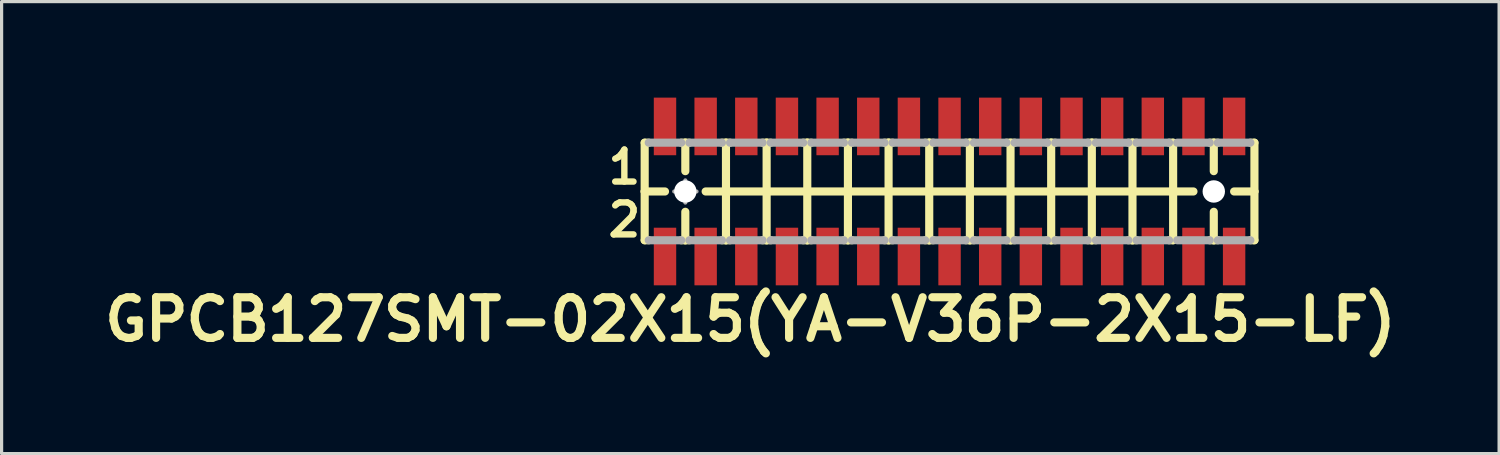
<source format=kicad_pcb>
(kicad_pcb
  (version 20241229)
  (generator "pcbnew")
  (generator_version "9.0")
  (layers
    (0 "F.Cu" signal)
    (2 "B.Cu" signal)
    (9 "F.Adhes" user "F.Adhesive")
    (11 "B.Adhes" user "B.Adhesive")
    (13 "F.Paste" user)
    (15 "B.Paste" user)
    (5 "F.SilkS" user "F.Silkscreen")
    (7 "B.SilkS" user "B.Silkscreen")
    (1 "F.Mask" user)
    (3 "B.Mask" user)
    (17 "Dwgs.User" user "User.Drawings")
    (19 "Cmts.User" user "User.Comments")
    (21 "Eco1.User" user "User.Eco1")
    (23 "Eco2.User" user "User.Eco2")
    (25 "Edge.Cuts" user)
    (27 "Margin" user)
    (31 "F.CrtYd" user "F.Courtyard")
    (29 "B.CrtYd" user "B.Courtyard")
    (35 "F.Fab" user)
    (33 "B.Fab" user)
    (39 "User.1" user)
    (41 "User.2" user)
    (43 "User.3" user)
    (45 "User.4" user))
  (footprint "GPCB127SMT-02X15(YA-V36P-2X15-LF)"
    (layer "F.Cu")
    (at 26.616 2.932)
    (property "Reference" "GPCB127SMT-02X15(YA-V36P-2X15-LF)" (at -6.223 4 0) (layer "F.SilkS") (effects (font (size 1.27 1.27) (thickness 0.254))))
    (attr smd)
    (fp_line (start -9.525 -1.524) (end -9.525 0) (stroke (width 0.254) (type solid)) (layer "F.SilkS"))
    (fp_line (start -9.525 0) (end -9.525 1.524) (stroke (width 0.254) (type solid)) (layer "F.SilkS"))
    (fp_line (start -9.525 0) (end -8.89 0) (stroke (width 0.254) (type solid)) (layer "F.SilkS"))
    (fp_line (start -9.525 1.524) (end -9.398 1.524) (stroke (width 0.254) (type solid)) (layer "F.SilkS"))
    (fp_line (start -9.398 -1.524) (end -9.525 -1.524) (stroke (width 0.254) (type solid)) (layer "F.SilkS"))
    (fp_line (start -8.382 -1.524) (end -8.255 -1.524) (stroke (width 0.254) (type solid)) (layer "F.SilkS"))
    (fp_line (start -8.382 1.524) (end -8.255 1.524) (stroke (width 0.254) (type solid)) (layer "F.SilkS"))
    (fp_line (start -8.255 -1.524) (end -8.128 -1.524) (stroke (width 0.254) (type solid)) (layer "F.SilkS"))
    (fp_line (start -8.255 -0.635) (end -8.255 -1.524) (stroke (width 0.254) (type solid)) (layer "F.SilkS"))
    (fp_line (start -8.255 1.524) (end -8.255 0.635) (stroke (width 0.254) (type solid)) (layer "F.SilkS"))
    (fp_line (start -8.255 1.524) (end -8.128 1.524) (stroke (width 0.254) (type solid)) (layer "F.SilkS"))
    (fp_line (start -7.62 0) (end -6.985 0) (stroke (width 0.254) (type solid)) (layer "F.SilkS"))
    (fp_line (start -7.112 -1.524) (end -6.985 -1.524) (stroke (width 0.254) (type solid)) (layer "F.SilkS"))
    (fp_line (start -7.112 1.524) (end -6.985 1.524) (stroke (width 0.254) (type solid)) (layer "F.SilkS"))
    (fp_line (start -6.985 -1.524) (end -6.858 -1.524) (stroke (width 0.254) (type solid)) (layer "F.SilkS"))
    (fp_line (start -6.985 0) (end -6.985 -1.524) (stroke (width 0.254) (type solid)) (layer "F.SilkS"))
    (fp_line (start -6.985 0) (end -5.715 0) (stroke (width 0.254) (type solid)) (layer "F.SilkS"))
    (fp_line (start -6.985 1.524) (end -6.985 0) (stroke (width 0.254) (type solid)) (layer "F.SilkS"))
    (fp_line (start -6.985 1.524) (end -6.858 1.524) (stroke (width 0.254) (type solid)) (layer "F.SilkS"))
    (fp_line (start -5.842 -1.524) (end -5.715 -1.524) (stroke (width 0.254) (type solid)) (layer "F.SilkS"))
    (fp_line (start -5.842 1.524) (end -5.715 1.524) (stroke (width 0.254) (type solid)) (layer "F.SilkS"))
    (fp_line (start -5.715 -1.524) (end -5.588 -1.524) (stroke (width 0.254) (type solid)) (layer "F.SilkS"))
    (fp_line (start -5.715 0) (end -5.715 -1.524) (stroke (width 0.254) (type solid)) (layer "F.SilkS"))
    (fp_line (start -5.715 0) (end -4.445 0) (stroke (width 0.254) (type solid)) (layer "F.SilkS"))
    (fp_line (start -5.715 1.524) (end -5.715 0) (stroke (width 0.254) (type solid)) (layer "F.SilkS"))
    (fp_line (start -5.715 1.524) (end -5.588 1.524) (stroke (width 0.254) (type solid)) (layer "F.SilkS"))
    (fp_line (start -4.572 -1.524) (end -4.445 -1.524) (stroke (width 0.254) (type solid)) (layer "F.SilkS"))
    (fp_line (start -4.572 1.524) (end -4.445 1.524) (stroke (width 0.254) (type solid)) (layer "F.SilkS"))
    (fp_line (start -4.445 -1.524) (end -4.318 -1.524) (stroke (width 0.254) (type solid)) (layer "F.SilkS"))
    (fp_line (start -4.445 0) (end -4.445 -1.524) (stroke (width 0.254) (type solid)) (layer "F.SilkS"))
    (fp_line (start -4.445 0) (end -3.175 0) (stroke (width 0.254) (type solid)) (layer "F.SilkS"))
    (fp_line (start -4.445 1.524) (end -4.445 0) (stroke (width 0.254) (type solid)) (layer "F.SilkS"))
    (fp_line (start -4.445 1.524) (end -4.318 1.524) (stroke (width 0.254) (type solid)) (layer "F.SilkS"))
    (fp_line (start -3.302 -1.524) (end -3.175 -1.524) (stroke (width 0.254) (type solid)) (layer "F.SilkS"))
    (fp_line (start -3.302 1.524) (end -3.175 1.524) (stroke (width 0.254) (type solid)) (layer "F.SilkS"))
    (fp_line (start -3.175 -1.524) (end -3.048 -1.524) (stroke (width 0.254) (type solid)) (layer "F.SilkS"))
    (fp_line (start -3.175 0) (end -3.175 -1.524) (stroke (width 0.254) (type solid)) (layer "F.SilkS"))
    (fp_line (start -3.175 0) (end -1.905 0) (stroke (width 0.254) (type solid)) (layer "F.SilkS"))
    (fp_line (start -3.175 1.524) (end -3.175 0) (stroke (width 0.254) (type solid)) (layer "F.SilkS"))
    (fp_line (start -3.175 1.524) (end -3.048 1.524) (stroke (width 0.254) (type solid)) (layer "F.SilkS"))
    (fp_line (start -2.032 -1.524) (end -1.905 -1.524) (stroke (width 0.254) (type solid)) (layer "F.SilkS"))
    (fp_line (start -2.032 1.524) (end -1.905 1.524) (stroke (width 0.254) (type solid)) (layer "F.SilkS"))
    (fp_line (start -1.905 -1.524) (end -1.778 -1.524) (stroke (width 0.254) (type solid)) (layer "F.SilkS"))
    (fp_line (start -1.905 0) (end -1.905 -1.524) (stroke (width 0.254) (type solid)) (layer "F.SilkS"))
    (fp_line (start -1.905 0) (end -0.635 0) (stroke (width 0.254) (type solid)) (layer "F.SilkS"))
    (fp_line (start -1.905 1.524) (end -1.905 0) (stroke (width 0.254) (type solid)) (layer "F.SilkS"))
    (fp_line (start -1.905 1.524) (end -1.778 1.524) (stroke (width 0.254) (type solid)) (layer "F.SilkS"))
    (fp_line (start -0.762 -1.524) (end -0.635 -1.524) (stroke (width 0.254) (type solid)) (layer "F.SilkS"))
    (fp_line (start -0.762 1.524) (end -0.635 1.524) (stroke (width 0.254) (type solid)) (layer "F.SilkS"))
    (fp_line (start -0.635 -1.524) (end -0.508 -1.524) (stroke (width 0.254) (type solid)) (layer "F.SilkS"))
    (fp_line (start -0.635 0) (end -0.635 -1.524) (stroke (width 0.254) (type solid)) (layer "F.SilkS"))
    (fp_line (start -0.635 0) (end 0.635 0) (stroke (width 0.254) (type solid)) (layer "F.SilkS"))
    (fp_line (start -0.635 1.524) (end -0.635 0) (stroke (width 0.254) (type solid)) (layer "F.SilkS"))
    (fp_line (start -0.635 1.524) (end -0.508 1.524) (stroke (width 0.254) (type solid)) (layer "F.SilkS"))
    (fp_line (start 0.508 -1.524) (end 0.635 -1.524) (stroke (width 0.254) (type solid)) (layer "F.SilkS"))
    (fp_line (start 0.508 1.524) (end 0.635 1.524) (stroke (width 0.254) (type solid)) (layer "F.SilkS"))
    (fp_line (start 0.635 -1.524) (end 0.762 -1.524) (stroke (width 0.254) (type solid)) (layer "F.SilkS"))
    (fp_line (start 0.635 0) (end 0.635 -1.524) (stroke (width 0.254) (type solid)) (layer "F.SilkS"))
    (fp_line (start 0.635 0) (end 1.905 0) (stroke (width 0.254) (type solid)) (layer "F.SilkS"))
    (fp_line (start 0.635 1.524) (end 0.635 0) (stroke (width 0.254) (type solid)) (layer "F.SilkS"))
    (fp_line (start 0.635 1.524) (end 0.762 1.524) (stroke (width 0.254) (type solid)) (layer "F.SilkS"))
    (fp_line (start 1.778 -1.524) (end 2.032 -1.524) (stroke (width 0.254) (type solid)) (layer "F.SilkS"))
    (fp_line (start 1.778 1.524) (end 1.905 1.524) (stroke (width 0.254) (type solid)) (layer "F.SilkS"))
    (fp_line (start 1.905 0) (end 1.905 -1.524) (stroke (width 0.254) (type solid)) (layer "F.SilkS"))
    (fp_line (start 1.905 0) (end 3.175 0) (stroke (width 0.254) (type solid)) (layer "F.SilkS"))
    (fp_line (start 1.905 1.524) (end 1.905 0) (stroke (width 0.254) (type solid)) (layer "F.SilkS"))
    (fp_line (start 1.905 1.524) (end 2.032 1.524) (stroke (width 0.254) (type solid)) (layer "F.SilkS"))
    (fp_line (start 3.048 -1.524) (end 3.175 -1.524) (stroke (width 0.254) (type solid)) (layer "F.SilkS"))
    (fp_line (start 3.175 -1.524) (end 3.175 0) (stroke (width 0.254) (type solid)) (layer "F.SilkS"))
    (fp_line (start 3.175 0) (end 3.175 1.524) (stroke (width 0.254) (type solid)) (layer "F.SilkS"))
    (fp_line (start 3.175 0) (end 4.445 0) (stroke (width 0.254) (type solid)) (layer "F.SilkS"))
    (fp_line (start 3.175 1.524) (end 3.048 1.524) (stroke (width 0.254) (type solid)) (layer "F.SilkS"))
    (fp_line (start 3.175 1.524) (end 3.302 1.524) (stroke (width 0.254) (type solid)) (layer "F.SilkS"))
    (fp_line (start 3.302 -1.524) (end 3.175 -1.524) (stroke (width 0.254) (type solid)) (layer "F.SilkS"))
    (fp_line (start 4.318 -1.524) (end 4.445 -1.524) (stroke (width 0.254) (type solid)) (layer "F.SilkS"))
    (fp_line (start 4.318 1.524) (end 4.445 1.524) (stroke (width 0.254) (type solid)) (layer "F.SilkS"))
    (fp_line (start 4.445 -1.524) (end 4.572 -1.524) (stroke (width 0.254) (type solid)) (layer "F.SilkS"))
    (fp_line (start 4.445 0) (end 4.445 -1.524) (stroke (width 0.254) (type solid)) (layer "F.SilkS"))
    (fp_line (start 4.445 0) (end 5.715 0) (stroke (width 0.254) (type solid)) (layer "F.SilkS"))
    (fp_line (start 4.445 1.524) (end 4.445 0) (stroke (width 0.254) (type solid)) (layer "F.SilkS"))
    (fp_line (start 4.445 1.524) (end 4.572 1.524) (stroke (width 0.254) (type solid)) (layer "F.SilkS"))
    (fp_line (start 5.588 -1.524) (end 5.715 -1.524) (stroke (width 0.254) (type solid)) (layer "F.SilkS"))
    (fp_line (start 5.588 1.524) (end 5.715 1.524) (stroke (width 0.254) (type solid)) (layer "F.SilkS"))
    (fp_line (start 5.715 -1.524) (end 5.842 -1.524) (stroke (width 0.254) (type solid)) (layer "F.SilkS"))
    (fp_line (start 5.715 0) (end 5.715 -1.524) (stroke (width 0.254) (type solid)) (layer "F.SilkS"))
    (fp_line (start 5.715 0) (end 6.985 0) (stroke (width 0.254) (type solid)) (layer "F.SilkS"))
    (fp_line (start 5.715 1.524) (end 5.715 0) (stroke (width 0.254) (type solid)) (layer "F.SilkS"))
    (fp_line (start 5.715 1.524) (end 5.842 1.524) (stroke (width 0.254) (type solid)) (layer "F.SilkS"))
    (fp_line (start 6.858 -1.524) (end 6.985 -1.524) (stroke (width 0.254) (type solid)) (layer "F.SilkS"))
    (fp_line (start 6.858 1.524) (end 6.985 1.524) (stroke (width 0.254) (type solid)) (layer "F.SilkS"))
    (fp_line (start 6.985 0) (end 6.985 -1.524) (stroke (width 0.254) (type solid)) (layer "F.SilkS"))
    (fp_line (start 6.985 0) (end 7.62 0) (stroke (width 0.254) (type solid)) (layer "F.SilkS"))
    (fp_line (start 6.985 1.524) (end 6.985 0) (stroke (width 0.254) (type solid)) (layer "F.SilkS"))
    (fp_line (start 8.128 -1.524) (end 8.255 -1.524) (stroke (width 0.254) (type solid)) (layer "F.SilkS"))
    (fp_line (start 8.128 1.524) (end 8.255 1.524) (stroke (width 0.254) (type solid)) (layer "F.SilkS"))
    (fp_line (start 8.255 -1.524) (end 8.382 -1.524) (stroke (width 0.254) (type solid)) (layer "F.SilkS"))
    (fp_line (start 8.255 -0.635) (end 8.255 -1.524) (stroke (width 0.254) (type solid)) (layer "F.SilkS"))
    (fp_line (start 8.255 1.524) (end 8.255 0.635) (stroke (width 0.254) (type solid)) (layer "F.SilkS"))
    (fp_line (start 8.255 1.524) (end 8.382 1.524) (stroke (width 0.254) (type solid)) (layer "F.SilkS"))
    (fp_line (start 8.89 0) (end 9.525 0) (stroke (width 0.254) (type solid)) (layer "F.SilkS"))
    (fp_line (start 9.398 -1.524) (end 9.525 -1.524) (stroke (width 0.254) (type solid)) (layer "F.SilkS"))
    (fp_line (start 9.398 1.524) (end 9.525 1.524) (stroke (width 0.254) (type solid)) (layer "F.SilkS"))
    (fp_line (start 9.525 0) (end 9.525 -1.524) (stroke (width 0.254) (type solid)) (layer "F.SilkS"))
    (fp_line (start 9.525 1.524) (end 9.525 0) (stroke (width 0.254) (type solid)) (layer "F.SilkS"))
    (fp_line (start -9.398 -1.524) (end -8.382 -1.524) (stroke (width 0.254) (type solid)) (layer "F.Fab"))
    (fp_line (start -9.398 1.524) (end -8.382 1.524) (stroke (width 0.254) (type solid)) (layer "F.Fab"))
    (fp_line (start -8.603 0) (end -7.904 0) (stroke (width 0.127) (type solid)) (layer "F.Fab"))
    (fp_line (start -8.255 0.348) (end -8.255 -0.348) (stroke (width 0.127) (type solid)) (layer "F.Fab"))
    (fp_line (start -8.128 -1.524) (end -7.112 -1.524) (stroke (width 0.254) (type solid)) (layer "F.Fab"))
    (fp_line (start -8.128 1.524) (end -7.112 1.524) (stroke (width 0.254) (type solid)) (layer "F.Fab"))
    (fp_line (start -6.858 -1.524) (end -5.842 -1.524) (stroke (width 0.254) (type solid)) (layer "F.Fab"))
    (fp_line (start -6.858 1.524) (end -5.842 1.524) (stroke (width 0.254) (type solid)) (layer "F.Fab"))
    (fp_line (start -5.588 -1.524) (end -4.572 -1.524) (stroke (width 0.254) (type solid)) (layer "F.Fab"))
    (fp_line (start -5.588 1.524) (end -4.572 1.524) (stroke (width 0.254) (type solid)) (layer "F.Fab"))
    (fp_line (start -4.318 -1.524) (end -3.302 -1.524) (stroke (width 0.254) (type solid)) (layer "F.Fab"))
    (fp_line (start -4.318 1.524) (end -3.302 1.524) (stroke (width 0.254) (type solid)) (layer "F.Fab"))
    (fp_line (start -3.048 -1.524) (end -2.032 -1.524) (stroke (width 0.254) (type solid)) (layer "F.Fab"))
    (fp_line (start -3.048 1.524) (end -2.032 1.524) (stroke (width 0.254) (type solid)) (layer "F.Fab"))
    (fp_line (start -1.778 -1.524) (end -0.762 -1.524) (stroke (width 0.254) (type solid)) (layer "F.Fab"))
    (fp_line (start -1.778 1.524) (end -0.762 1.524) (stroke (width 0.254) (type solid)) (layer "F.Fab"))
    (fp_line (start -0.508 -1.524) (end 0.508 -1.524) (stroke (width 0.254) (type solid)) (layer "F.Fab"))
    (fp_line (start -0.508 1.524) (end 0.508 1.524) (stroke (width 0.254) (type solid)) (layer "F.Fab"))
    (fp_line (start 0.762 -1.524) (end 1.778 -1.524) (stroke (width 0.254) (type solid)) (layer "F.Fab"))
    (fp_line (start 0.762 1.524) (end 1.778 1.524) (stroke (width 0.254) (type solid)) (layer "F.Fab"))
    (fp_line (start 2.032 -1.524) (end 3.048 -1.524) (stroke (width 0.254) (type solid)) (layer "F.Fab"))
    (fp_line (start 2.032 1.524) (end 3.048 1.524) (stroke (width 0.254) (type solid)) (layer "F.Fab"))
    (fp_line (start 3.302 -1.524) (end 4.318 -1.524) (stroke (width 0.254) (type solid)) (layer "F.Fab"))
    (fp_line (start 3.302 1.524) (end 4.318 1.524) (stroke (width 0.254) (type solid)) (layer "F.Fab"))
    (fp_line (start 4.572 -1.524) (end 5.588 -1.524) (stroke (width 0.254) (type solid)) (layer "F.Fab"))
    (fp_line (start 4.572 1.524) (end 5.588 1.524) (stroke (width 0.254) (type solid)) (layer "F.Fab"))
    (fp_line (start 5.842 -1.524) (end 6.858 -1.524) (stroke (width 0.254) (type solid)) (layer "F.Fab"))
    (fp_line (start 5.842 1.524) (end 6.858 1.524) (stroke (width 0.254) (type solid)) (layer "F.Fab"))
    (fp_line (start 7.112 -1.524) (end 8.128 -1.524) (stroke (width 0.254) (type solid)) (layer "F.Fab"))
    (fp_line (start 7.112 1.524) (end 8.128 1.524) (stroke (width 0.254) (type solid)) (layer "F.Fab"))
    (fp_line (start 8.382 -1.524) (end 9.398 -1.524) (stroke (width 0.254) (type solid)) (layer "F.Fab"))
    (fp_line (start 8.382 1.524) (end 9.398 1.524) (stroke (width 0.254) (type solid)) (layer "F.Fab"))
    (fp_circle (center -8.255 0) (end -8.428 0.173) (stroke (width 0.127) (type solid)) (fill no) (layer "F.Fab"))
    (fp_text user "1" (at -10.16 -0.762 0) (layer "F.SilkS") (effects (font (size 1 1) (thickness 0.2))))
    (fp_text user "2" (at -10.16 0.889 0) (layer "F.SilkS") (effects (font (size 1 1) (thickness 0.2))))
    (pad "" np_thru_hole circle (at -8.255 0 90) (size 0.7 0.7) (drill 0.7) (layers "*.Cu" "*.Mask"))
    (pad "" np_thru_hole circle (at 8.255 0 90) (size 0.7 0.7) (drill 0.7) (layers "*.Cu" "*.Mask"))
    (pad "1" smd rect (at -8.89 -2.032 270) (size 1.8 0.7) (layers "F.Cu" "F.Mask" "F.Paste"))
    (pad "2" smd rect (at -8.89 2.032 270) (size 1.8 0.7) (layers "F.Cu" "F.Mask" "F.Paste"))
    (pad "3" smd rect (at -7.62 -2.032 270) (size 1.8 0.7) (layers "F.Cu" "F.Mask" "F.Paste"))
    (pad "4" smd rect (at -7.62 2.032 270) (size 1.8 0.7) (layers "F.Cu" "F.Mask" "F.Paste"))
    (pad "5" smd rect (at -6.35 -2.032 270) (size 1.8 0.7) (layers "F.Cu" "F.Mask" "F.Paste"))
    (pad "6" smd rect (at -6.35 2.032 270) (size 1.8 0.7) (layers "F.Cu" "F.Mask" "F.Paste"))
    (pad "7" smd rect (at -5.08 -2.032 270) (size 1.8 0.7) (layers "F.Cu" "F.Mask" "F.Paste"))
    (pad "8" smd rect (at -5.08 2.032 270) (size 1.8 0.7) (layers "F.Cu" "F.Mask" "F.Paste"))
    (pad "9" smd rect (at -3.81 -2.032 270) (size 1.8 0.7) (layers "F.Cu" "F.Mask" "F.Paste"))
    (pad "10" smd rect (at -3.81 2.032 270) (size 1.8 0.7) (layers "F.Cu" "F.Mask" "F.Paste"))
    (pad "11" smd rect (at -2.54 -2.032 270) (size 1.8 0.7) (layers "F.Cu" "F.Mask" "F.Paste"))
    (pad "12" smd rect (at -2.54 2.032 270) (size 1.8 0.7) (layers "F.Cu" "F.Mask" "F.Paste"))
    (pad "13" smd rect (at -1.27 -2.032 90) (size 1.8 0.7) (layers "F.Cu" "F.Mask" "F.Paste"))
    (pad "14" smd rect (at -1.27 2.032 90) (size 1.8 0.7) (layers "F.Cu" "F.Mask" "F.Paste"))
    (pad "15" smd rect (at 0 -2.032 90) (size 1.8 0.7) (layers "F.Cu" "F.Mask" "F.Paste"))
    (pad "16" smd rect (at 0 2.032 90) (size 1.8 0.7) (layers "F.Cu" "F.Mask" "F.Paste"))
    (pad "17" smd rect (at 1.27 -2.032 90) (size 1.8 0.7) (layers "F.Cu" "F.Mask" "F.Paste"))
    (pad "18" smd rect (at 1.27 2.032 90) (size 1.8 0.7) (layers "F.Cu" "F.Mask" "F.Paste"))
    (pad "19" smd rect (at 2.54 -2.032 90) (size 1.8 0.7) (layers "F.Cu" "F.Mask" "F.Paste"))
    (pad "20" smd rect (at 2.54 2.032 90) (size 1.8 0.7) (layers "F.Cu" "F.Mask" "F.Paste"))
    (pad "21" smd rect (at 3.81 -2.032 270) (size 1.8 0.7) (layers "F.Cu" "F.Mask" "F.Paste"))
    (pad "22" smd rect (at 3.81 2.032 270) (size 1.8 0.7) (layers "F.Cu" "F.Mask" "F.Paste"))
    (pad "23" smd rect (at 5.08 -2.032 270) (size 1.8 0.7) (layers "F.Cu" "F.Mask" "F.Paste"))
    (pad "24" smd rect (at 5.08 2.032 270) (size 1.8 0.7) (layers "F.Cu" "F.Mask" "F.Paste"))
    (pad "25" smd rect (at 6.35 -2.032 270) (size 1.8 0.7) (layers "F.Cu" "F.Mask" "F.Paste"))
    (pad "26" smd rect (at 6.35 2.032 270) (size 1.8 0.7) (layers "F.Cu" "F.Mask" "F.Paste"))
    (pad "27" smd rect (at 7.62 -2.032 270) (size 1.8 0.7) (layers "F.Cu" "F.Mask" "F.Paste"))
    (pad "28" smd rect (at 7.62 2.032 270) (size 1.8 0.7) (layers "F.Cu" "F.Mask" "F.Paste"))
    (pad "29" smd rect (at 8.89 -2.032 270) (size 1.8 0.7) (layers "F.Cu" "F.Mask" "F.Paste"))
    (pad "30" smd rect (at 8.89 2.032 270) (size 1.8 0.7) (layers "F.Cu" "F.Mask" "F.Paste")))
  (gr_rect
    (start -3 -3)
    (end 43.785 11.121)
    (stroke (width 0.1) (type default))
    (fill no)
    (layer "Edge.Cuts")))
</source>
